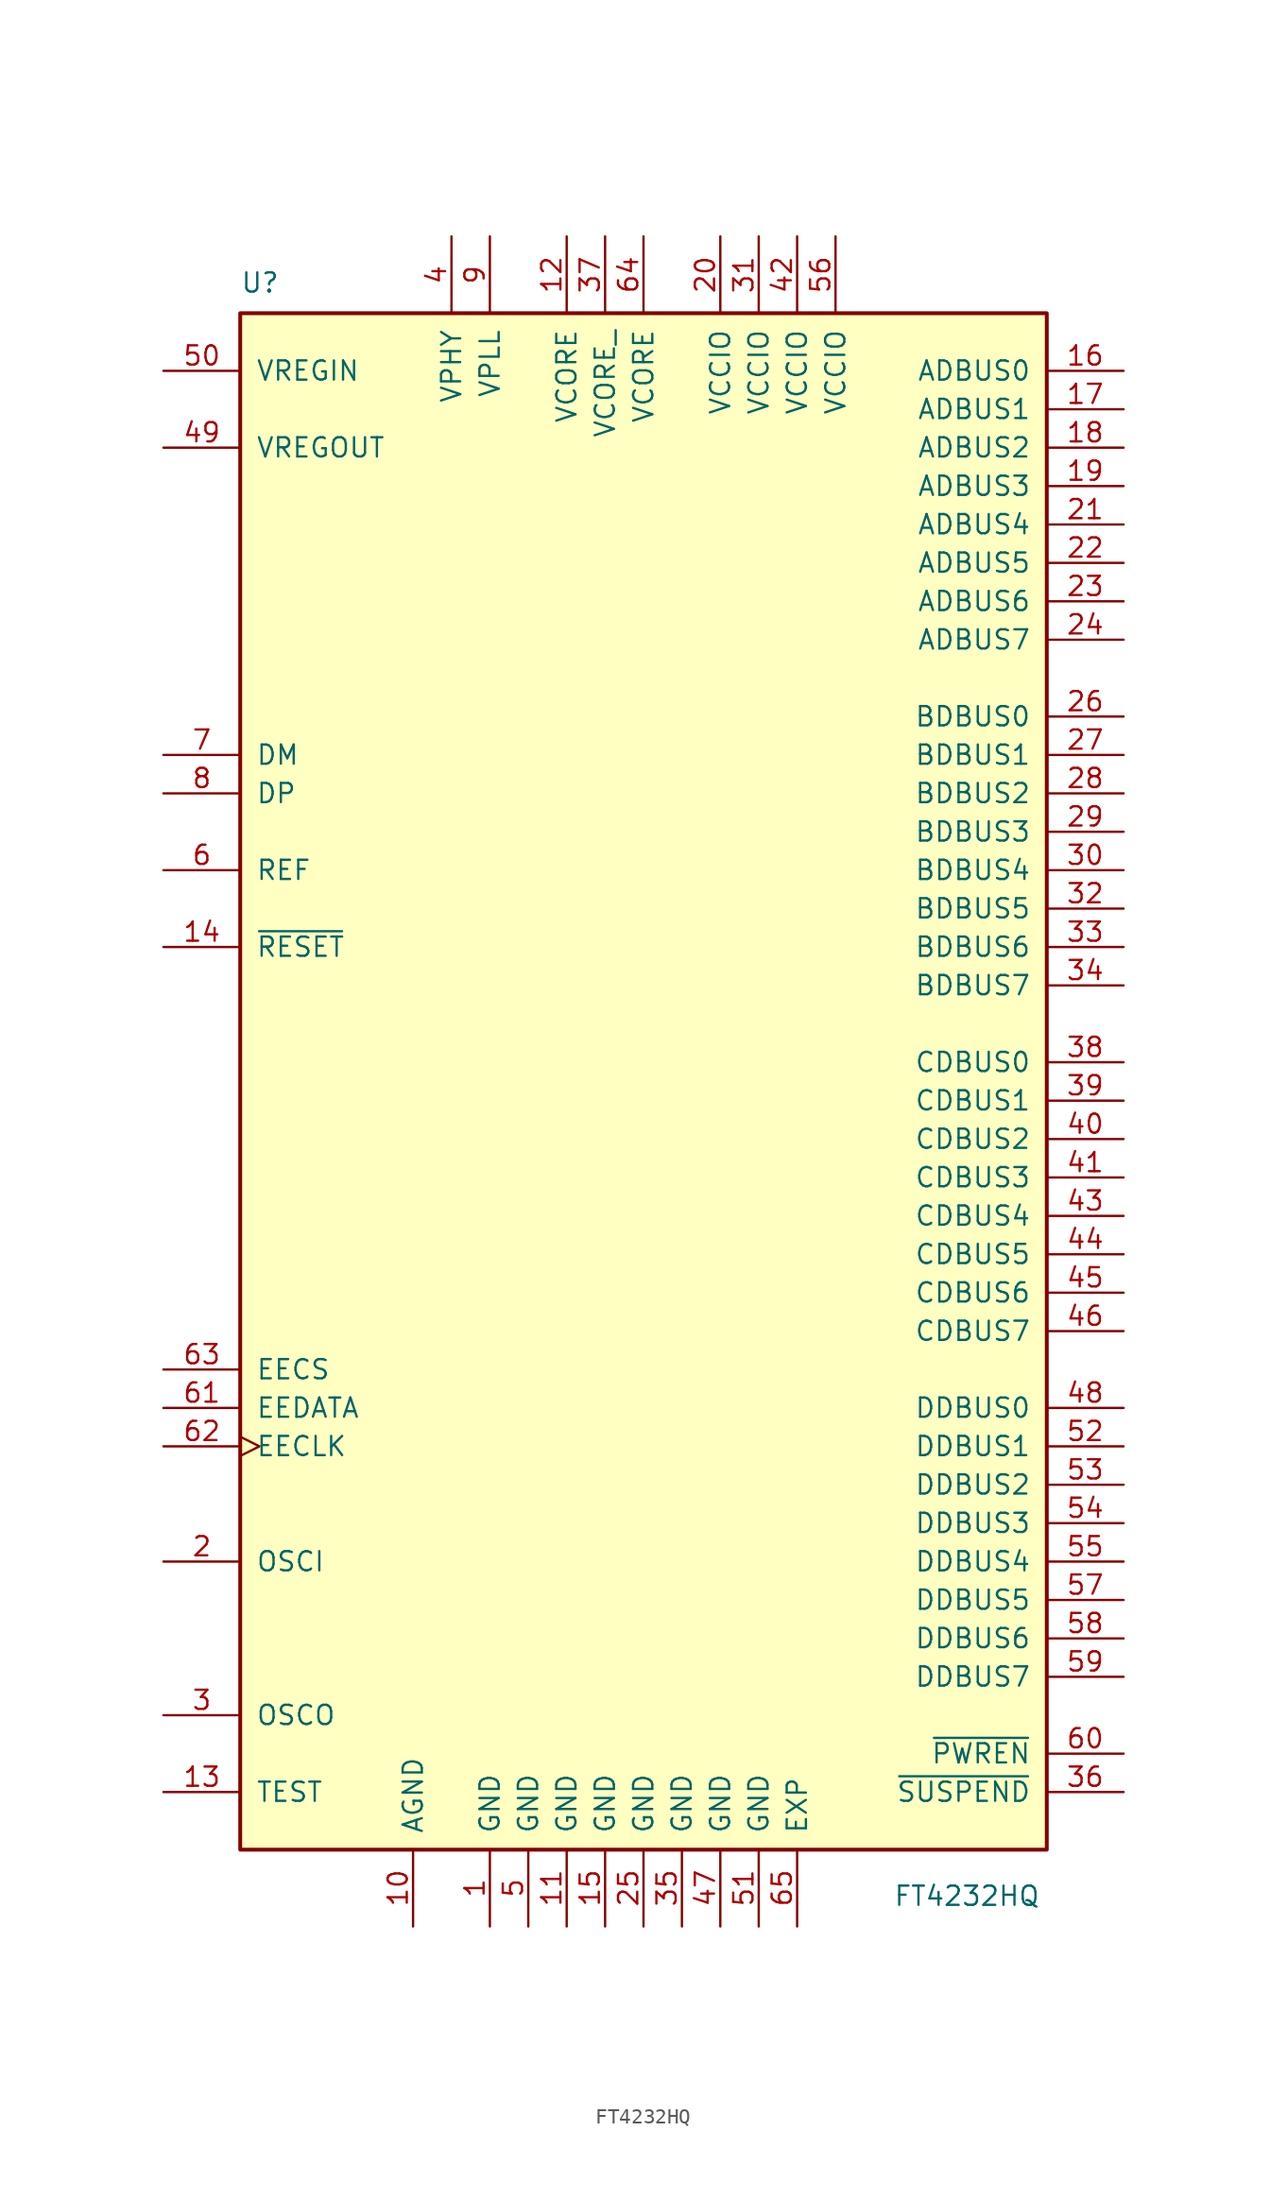
<source format=kicad_sym>
(kicad_symbol_lib
  (version 20241209)
  (generator "kicad_symbol_editor")
  (generator_version "9.0")
  (symbol "FT4232HQ"
    (pin_names
      (offset 1.016))
    (property "Reference" "U"
      (at 5.08 5.08 0)
      (effects (font (size 1.27 1.27)) (justify left bottom)))
    (property "Value" "FT4232HQ"
      (at 48.26 -101.6 0)
      (effects (font (size 1.27 1.27)) (justify left bottom)))
    (symbol "FT4232HQ_0_0"
      (rectangle (start 5.08 3.81) (end 58.42 -97.79) (stroke (width 0.254) (type default)) (fill (type background)))
      (pin power_in line (at 0 0 0) (length 5.08) (name "VREGIN" (effects (font (size 1.27 1.27)))) (number "50" (effects (font (size 1.27 1.27)))))
      (pin power_in line (at 0 -5.08 0) (length 5.08) (name "VREGOUT" (effects (font (size 1.27 1.27)))) (number "49" (effects (font (size 1.27 1.27)))))
      (pin bidirectional line (at 0 -25.4 0) (length 5.08) (name "DM" (effects (font (size 1.27 1.27)))) (number "7" (effects (font (size 1.27 1.27)))))
      (pin bidirectional line (at 0 -27.94 0) (length 5.08) (name "DP" (effects (font (size 1.27 1.27)))) (number "8" (effects (font (size 1.27 1.27)))))
      (pin input line (at 0 -33.02 0) (length 5.08) (name "REF" (effects (font (size 1.27 1.27)))) (number "6" (effects (font (size 1.27 1.27)))))
      (pin bidirectional line (at 0 -66.04 0) (length 5.08) (name "EECS" (effects (font (size 1.27 1.27)))) (number "63" (effects (font (size 1.27 1.27)))))
      (pin bidirectional line (at 0 -68.58 0) (length 5.08) (name "EEDATA" (effects (font (size 1.27 1.27)))) (number "61" (effects (font (size 1.27 1.27)))))
      (pin output clock (at 0 -71.12 0) (length 5.08) (name "EECLK" (effects (font (size 1.27 1.27)))) (number "62" (effects (font (size 1.27 1.27)))))
      (pin input line (at 0 -78.74 0) (length 5.08) (name "OSCI" (effects (font (size 1.27 1.27)))) (number "2" (effects (font (size 1.27 1.27)))))
      (pin output line (at 0 -88.9 0) (length 5.08) (name "OSCO" (effects (font (size 1.27 1.27)))) (number "3" (effects (font (size 1.27 1.27)))))
      (pin input line (at 0 -93.98 0) (length 5.08) (name "TEST" (effects (font (size 1.27 1.27)))) (number "13" (effects (font (size 1.27 1.27)))))
      (pin power_in line (at 16.51 -102.87 90) (length 5.08) (name "AGND" (effects (font (size 1.27 1.27)))) (number "10" (effects (font (size 1.27 1.27)))))
      (pin power_in line (at 19.05 8.89 270) (length 5.08) (name "VPHY" (effects (font (size 1.27 1.27)))) (number "4" (effects (font (size 1.27 1.27)))))
      (pin power_in line (at 21.59 8.89 270) (length 5.08) (name "VPLL" (effects (font (size 1.27 1.27)))) (number "9" (effects (font (size 1.27 1.27)))))
      (pin power_in line (at 21.59 -102.87 90) (length 5.08) (name "GND" (effects (font (size 1.27 1.27)))) (number "1" (effects (font (size 1.27 1.27)))))
      (pin power_in line (at 26.67 8.89 270) (length 5.08) (name "VCORE" (effects (font (size 1.27 1.27)))) (number "12" (effects (font (size 1.27 1.27)))))
      (pin power_in line (at 26.67 -102.87 90) (length 5.08) (name "GND" (effects (font (size 1.27 1.27)))) (number "11" (effects (font (size 1.27 1.27)))))
      (pin power_in line (at 29.21 -102.87 90) (length 5.08) (name "GND" (effects (font (size 1.27 1.27)))) (number "15" (effects (font (size 1.27 1.27)))))
      (pin power_in line (at 31.75 -102.87 90) (length 5.08) (name "GND" (effects (font (size 1.27 1.27)))) (number "25" (effects (font (size 1.27 1.27)))))
      (pin power_in line (at 34.29 -102.87 90) (length 5.08) (name "GND" (effects (font (size 1.27 1.27)))) (number "35" (effects (font (size 1.27 1.27)))))
      (pin power_in line (at 36.83 8.89 270) (length 5.08) (name "VCCIO" (effects (font (size 1.27 1.27)))) (number "20" (effects (font (size 1.27 1.27)))))
      (pin power_in line (at 36.83 -102.87 90) (length 5.08) (name "GND" (effects (font (size 1.27 1.27)))) (number "47" (effects (font (size 1.27 1.27)))))
      (pin power_in line (at 39.37 -102.87 90) (length 5.08) (name "GND" (effects (font (size 1.27 1.27)))) (number "51" (effects (font (size 1.27 1.27)))))
      (pin power_in line (at 41.91 -102.87 90) (length 5.08) (name "EXP" (effects (font (size 1.27 1.27)))) (number "65" (effects (font (size 1.27 1.27)))))
      (pin bidirectional line (at 63.5 0 180) (length 5.08) (name "ADBUS0" (effects (font (size 1.27 1.27)))) (number "16" (effects (font (size 1.27 1.27)))))
      (pin bidirectional line (at 63.5 -2.54 180) (length 5.08) (name "ADBUS1" (effects (font (size 1.27 1.27)))) (number "17" (effects (font (size 1.27 1.27)))))
      (pin bidirectional line (at 63.5 -5.08 180) (length 5.08) (name "ADBUS2" (effects (font (size 1.27 1.27)))) (number "18" (effects (font (size 1.27 1.27)))))
      (pin bidirectional line (at 63.5 -7.62 180) (length 5.08) (name "ADBUS3" (effects (font (size 1.27 1.27)))) (number "19" (effects (font (size 1.27 1.27)))))
      (pin bidirectional line (at 63.5 -10.16 180) (length 5.08) (name "ADBUS4" (effects (font (size 1.27 1.27)))) (number "21" (effects (font (size 1.27 1.27)))))
      (pin bidirectional line (at 63.5 -12.7 180) (length 5.08) (name "ADBUS5" (effects (font (size 1.27 1.27)))) (number "22" (effects (font (size 1.27 1.27)))))
      (pin bidirectional line (at 63.5 -15.24 180) (length 5.08) (name "ADBUS6" (effects (font (size 1.27 1.27)))) (number "23" (effects (font (size 1.27 1.27)))))
      (pin bidirectional line (at 63.5 -17.78 180) (length 5.08) (name "ADBUS7" (effects (font (size 1.27 1.27)))) (number "24" (effects (font (size 1.27 1.27)))))
      (pin bidirectional line (at 63.5 -22.86 180) (length 5.08) (name "BDBUS0" (effects (font (size 1.27 1.27)))) (number "26" (effects (font (size 1.27 1.27)))))
      (pin bidirectional line (at 63.5 -25.4 180) (length 5.08) (name "BDBUS1" (effects (font (size 1.27 1.27)))) (number "27" (effects (font (size 1.27 1.27)))))
      (pin bidirectional line (at 63.5 -27.94 180) (length 5.08) (name "BDBUS2" (effects (font (size 1.27 1.27)))) (number "28" (effects (font (size 1.27 1.27)))))
      (pin bidirectional line (at 63.5 -30.48 180) (length 5.08) (name "BDBUS3" (effects (font (size 1.27 1.27)))) (number "29" (effects (font (size 1.27 1.27)))))
      (pin bidirectional line (at 63.5 -33.02 180) (length 5.08) (name "BDBUS4" (effects (font (size 1.27 1.27)))) (number "30" (effects (font (size 1.27 1.27)))))
      (pin bidirectional line (at 63.5 -35.56 180) (length 5.08) (name "BDBUS5" (effects (font (size 1.27 1.27)))) (number "32" (effects (font (size 1.27 1.27)))))
      (pin bidirectional line (at 63.5 -38.1 180) (length 5.08) (name "BDBUS6" (effects (font (size 1.27 1.27)))) (number "33" (effects (font (size 1.27 1.27)))))
      (pin bidirectional line (at 63.5 -40.64 180) (length 5.08) (name "BDBUS7" (effects (font (size 1.27 1.27)))) (number "34" (effects (font (size 1.27 1.27)))))
      (pin bidirectional line (at 63.5 -45.72 180) (length 5.08) (name "CDBUS0" (effects (font (size 1.27 1.27)))) (number "38" (effects (font (size 1.27 1.27)))))
      (pin bidirectional line (at 63.5 -48.26 180) (length 5.08) (name "CDBUS1" (effects (font (size 1.27 1.27)))) (number "39" (effects (font (size 1.27 1.27)))))
      (pin bidirectional line (at 63.5 -50.8 180) (length 5.08) (name "CDBUS2" (effects (font (size 1.27 1.27)))) (number "40" (effects (font (size 1.27 1.27)))))
      (pin bidirectional line (at 63.5 -53.34 180) (length 5.08) (name "CDBUS3" (effects (font (size 1.27 1.27)))) (number "41" (effects (font (size 1.27 1.27)))))
      (pin bidirectional line (at 63.5 -55.88 180) (length 5.08) (name "CDBUS4" (effects (font (size 1.27 1.27)))) (number "43" (effects (font (size 1.27 1.27)))))
      (pin bidirectional line (at 63.5 -58.42 180) (length 5.08) (name "CDBUS5" (effects (font (size 1.27 1.27)))) (number "44" (effects (font (size 1.27 1.27)))))
      (pin bidirectional line (at 63.5 -60.96 180) (length 5.08) (name "CDBUS6" (effects (font (size 1.27 1.27)))) (number "45" (effects (font (size 1.27 1.27)))))
      (pin bidirectional line (at 63.5 -63.5 180) (length 5.08) (name "CDBUS7" (effects (font (size 1.27 1.27)))) (number "46" (effects (font (size 1.27 1.27)))))
      (pin bidirectional line (at 63.5 -68.58 180) (length 5.08) (name "DDBUS0" (effects (font (size 1.27 1.27)))) (number "48" (effects (font (size 1.27 1.27)))))
      (pin bidirectional line (at 63.5 -71.12 180) (length 5.08) (name "DDBUS1" (effects (font (size 1.27 1.27)))) (number "52" (effects (font (size 1.27 1.27)))))
      (pin bidirectional line (at 63.5 -73.66 180) (length 5.08) (name "DDBUS2" (effects (font (size 1.27 1.27)))) (number "53" (effects (font (size 1.27 1.27)))))
      (pin bidirectional line (at 63.5 -76.2 180) (length 5.08) (name "DDBUS3" (effects (font (size 1.27 1.27)))) (number "54" (effects (font (size 1.27 1.27)))))
      (pin bidirectional line (at 63.5 -78.74 180) (length 5.08) (name "DDBUS4" (effects (font (size 1.27 1.27)))) (number "55" (effects (font (size 1.27 1.27)))))
      (pin bidirectional line (at 63.5 -81.28 180) (length 5.08) (name "DDBUS5" (effects (font (size 1.27 1.27)))) (number "57" (effects (font (size 1.27 1.27)))))
      (pin bidirectional line (at 63.5 -83.82 180) (length 5.08) (name "DDBUS6" (effects (font (size 1.27 1.27)))) (number "58" (effects (font (size 1.27 1.27)))))
      (pin bidirectional line (at 63.5 -86.36 180) (length 5.08) (name "DDBUS7" (effects (font (size 1.27 1.27)))) (number "59" (effects (font (size 1.27 1.27))))))
    (symbol "FT4232HQ_1_0"
      (pin input line (at 0 -38.1 0) (length 5.08) (name "~{RESET}" (effects (font (size 1.27 1.27)))) (number "14" (effects (font (size 1.27 1.27)))))
      (pin power_in line (at 24.13 -102.87 90) (length 5.08) (name "GND" (effects (font (size 1.27 1.27)))) (number "5" (effects (font (size 1.27 1.27)))))
      (pin power_in line (at 29.21 8.89 270) (length 5.08) (name "VCORE_" (effects (font (size 1.27 1.27)))) (number "37" (effects (font (size 1.27 1.27)))))
      (pin power_in line (at 31.75 8.89 270) (length 5.08) (name "VCORE" (effects (font (size 1.27 1.27)))) (number "64" (effects (font (size 1.27 1.27)))))
      (pin power_in line (at 39.37 8.89 270) (length 5.08) (name "VCCIO" (effects (font (size 1.27 1.27)))) (number "31" (effects (font (size 1.27 1.27)))))
      (pin power_in line (at 41.91 8.89 270) (length 5.08) (name "VCCIO" (effects (font (size 1.27 1.27)))) (number "42" (effects (font (size 1.27 1.27)))))
      (pin power_in line (at 44.45 8.89 270) (length 5.08) (name "VCCIO" (effects (font (size 1.27 1.27)))) (number "56" (effects (font (size 1.27 1.27)))))
      (pin output line (at 63.5 -91.44 180) (length 5.08) (name "~{PWREN}" (effects (font (size 1.27 1.27)))) (number "60" (effects (font (size 1.27 1.27)))))
      (pin output line (at 63.5 -93.98 180) (length 5.08) (name "~{SUSPEND}" (effects (font (size 1.27 1.27)))) (number "36" (effects (font (size 1.27 1.27))))))))
</source>
